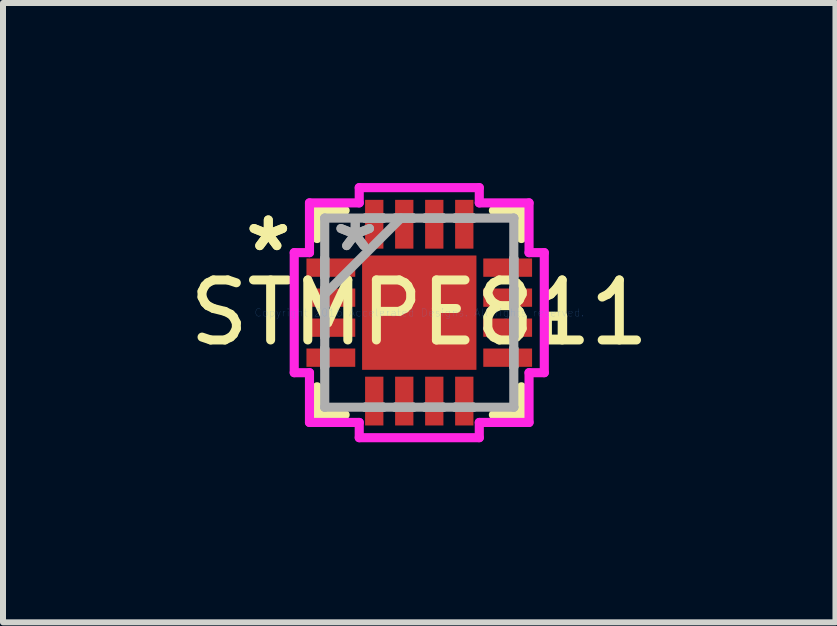
<source format=kicad_pcb>
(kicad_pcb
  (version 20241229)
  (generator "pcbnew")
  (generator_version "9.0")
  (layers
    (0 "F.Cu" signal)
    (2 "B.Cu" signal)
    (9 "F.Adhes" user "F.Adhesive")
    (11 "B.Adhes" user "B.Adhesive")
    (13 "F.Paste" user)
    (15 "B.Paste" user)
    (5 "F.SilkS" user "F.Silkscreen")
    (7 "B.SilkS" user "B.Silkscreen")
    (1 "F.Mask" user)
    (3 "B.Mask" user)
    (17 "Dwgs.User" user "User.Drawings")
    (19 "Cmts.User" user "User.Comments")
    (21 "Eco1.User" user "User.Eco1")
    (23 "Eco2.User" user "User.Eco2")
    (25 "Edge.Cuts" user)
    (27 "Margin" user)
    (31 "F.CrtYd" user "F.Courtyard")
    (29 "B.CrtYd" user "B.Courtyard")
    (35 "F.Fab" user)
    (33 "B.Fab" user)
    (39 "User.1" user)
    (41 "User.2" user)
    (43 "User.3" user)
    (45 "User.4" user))
  (footprint "STMPE811"
    (layer "F.Cu")
    (at 3.935 2.159)
    (property "Reference" "STMPE811" (at 0 0 0) (layer "F.SilkS") (effects (font (size 1 1) (thickness 0.15))))
    (attr through_hole)
    (fp_line (start -1.702 -1.702) (end -1.702 -1.235) (stroke (width 0.152) (type solid)) (layer "F.SilkS"))
    (fp_line (start -1.702 1.235) (end -1.702 1.702) (stroke (width 0.152) (type solid)) (layer "F.SilkS"))
    (fp_line (start -1.702 1.702) (end -1.235 1.702) (stroke (width 0.152) (type solid)) (layer "F.SilkS"))
    (fp_line (start -1.235 -1.702) (end -1.702 -1.702) (stroke (width 0.152) (type solid)) (layer "F.SilkS"))
    (fp_line (start 1.235 1.702) (end 1.702 1.702) (stroke (width 0.152) (type solid)) (layer "F.SilkS"))
    (fp_line (start 1.702 -1.702) (end 1.235 -1.702) (stroke (width 0.152) (type solid)) (layer "F.SilkS"))
    (fp_line (start 1.702 -1.235) (end 1.702 -1.702) (stroke (width 0.152) (type solid)) (layer "F.SilkS"))
    (fp_line (start 1.702 1.702) (end 1.702 1.235) (stroke (width 0.152) (type solid)) (layer "F.SilkS"))
    (fp_line (start 2.134 0.059) (end 2.388 0.059) (stroke (width 0.152) (type solid)) (layer "F.SilkS"))
    (fp_line (start 2.134 0.441) (end 2.134 0.059) (stroke (width 0.152) (type solid)) (layer "F.SilkS"))
    (fp_line (start 2.388 0.059) (end 2.388 0.441) (stroke (width 0.152) (type solid)) (layer "F.SilkS"))
    (fp_line (start 2.388 0.441) (end 2.134 0.441) (stroke (width 0.152) (type solid)) (layer "F.SilkS"))
    (fp_line (start -0.953 -0.953) (end -0.953 0.953) (stroke (width 0.152) (type solid)) (layer "F.Paste"))
    (fp_line (start -0.953 0.953) (end 0.953 0.953) (stroke (width 0.152) (type solid)) (layer "F.Paste"))
    (fp_line (start 0.953 -0.953) (end -0.953 -0.953) (stroke (width 0.152) (type solid)) (layer "F.Paste"))
    (fp_line (start 0.953 0.953) (end 0.953 -0.953) (stroke (width 0.152) (type solid)) (layer "F.Paste"))
    (fp_line (start -2.083 -1) (end -1.829 -1) (stroke (width 0.152) (type solid)) (layer "F.CrtYd"))
    (fp_line (start -2.083 1) (end -2.083 -1) (stroke (width 0.152) (type solid)) (layer "F.CrtYd"))
    (fp_line (start -1.829 -1.829) (end -1 -1.829) (stroke (width 0.152) (type solid)) (layer "F.CrtYd"))
    (fp_line (start -1.829 -1) (end -1.829 -1.829) (stroke (width 0.152) (type solid)) (layer "F.CrtYd"))
    (fp_line (start -1.829 1) (end -2.083 1) (stroke (width 0.152) (type solid)) (layer "F.CrtYd"))
    (fp_line (start -1.829 1.829) (end -1.829 1) (stroke (width 0.152) (type solid)) (layer "F.CrtYd"))
    (fp_line (start -1 -2.083) (end 1 -2.083) (stroke (width 0.152) (type solid)) (layer "F.CrtYd"))
    (fp_line (start -1 -1.829) (end -1 -2.083) (stroke (width 0.152) (type solid)) (layer "F.CrtYd"))
    (fp_line (start -1 1.829) (end -1.829 1.829) (stroke (width 0.152) (type solid)) (layer "F.CrtYd"))
    (fp_line (start -1 2.083) (end -1 1.829) (stroke (width 0.152) (type solid)) (layer "F.CrtYd"))
    (fp_line (start 1 -2.083) (end 1 -1.829) (stroke (width 0.152) (type solid)) (layer "F.CrtYd"))
    (fp_line (start 1 -1.829) (end 1.829 -1.829) (stroke (width 0.152) (type solid)) (layer "F.CrtYd"))
    (fp_line (start 1 1.829) (end 1 2.083) (stroke (width 0.152) (type solid)) (layer "F.CrtYd"))
    (fp_line (start 1 2.083) (end -1 2.083) (stroke (width 0.152) (type solid)) (layer "F.CrtYd"))
    (fp_line (start 1.829 -1.829) (end 1.829 -1) (stroke (width 0.152) (type solid)) (layer "F.CrtYd"))
    (fp_line (start 1.829 -1) (end 2.083 -1) (stroke (width 0.152) (type solid)) (layer "F.CrtYd"))
    (fp_line (start 1.829 1) (end 1.829 1.829) (stroke (width 0.152) (type solid)) (layer "F.CrtYd"))
    (fp_line (start 1.829 1.829) (end 1 1.829) (stroke (width 0.152) (type solid)) (layer "F.CrtYd"))
    (fp_line (start 2.083 -1) (end 2.083 1) (stroke (width 0.152) (type solid)) (layer "F.CrtYd"))
    (fp_line (start 2.083 1) (end 1.829 1) (stroke (width 0.152) (type solid)) (layer "F.CrtYd"))
    (fp_line (start -1.575 -1.575) (end -1.575 -1.575) (stroke (width 0.152) (type solid)) (layer "F.Fab"))
    (fp_line (start -1.575 -1.575) (end -1.575 1.575) (stroke (width 0.152) (type solid)) (layer "F.Fab"))
    (fp_line (start -1.575 -0.902) (end -1.575 -0.902) (stroke (width 0.152) (type solid)) (layer "F.Fab"))
    (fp_line (start -1.575 -0.902) (end -1.575 -0.598) (stroke (width 0.152) (type solid)) (layer "F.Fab"))
    (fp_line (start -1.575 -0.598) (end -1.575 -0.902) (stroke (width 0.152) (type solid)) (layer "F.Fab"))
    (fp_line (start -1.575 -0.598) (end -1.575 -0.598) (stroke (width 0.152) (type solid)) (layer "F.Fab"))
    (fp_line (start -1.575 -0.402) (end -1.575 -0.402) (stroke (width 0.152) (type solid)) (layer "F.Fab"))
    (fp_line (start -1.575 -0.402) (end -1.575 -0.098) (stroke (width 0.152) (type solid)) (layer "F.Fab"))
    (fp_line (start -1.575 -0.305) (end -0.305 -1.575) (stroke (width 0.152) (type solid)) (layer "F.Fab"))
    (fp_line (start -1.575 -0.098) (end -1.575 -0.402) (stroke (width 0.152) (type solid)) (layer "F.Fab"))
    (fp_line (start -1.575 -0.098) (end -1.575 -0.098) (stroke (width 0.152) (type solid)) (layer "F.Fab"))
    (fp_line (start -1.575 0.098) (end -1.575 0.098) (stroke (width 0.152) (type solid)) (layer "F.Fab"))
    (fp_line (start -1.575 0.098) (end -1.575 0.402) (stroke (width 0.152) (type solid)) (layer "F.Fab"))
    (fp_line (start -1.575 0.402) (end -1.575 0.098) (stroke (width 0.152) (type solid)) (layer "F.Fab"))
    (fp_line (start -1.575 0.402) (end -1.575 0.402) (stroke (width 0.152) (type solid)) (layer "F.Fab"))
    (fp_line (start -1.575 0.598) (end -1.575 0.598) (stroke (width 0.152) (type solid)) (layer "F.Fab"))
    (fp_line (start -1.575 0.598) (end -1.575 0.902) (stroke (width 0.152) (type solid)) (layer "F.Fab"))
    (fp_line (start -1.575 0.902) (end -1.575 0.598) (stroke (width 0.152) (type solid)) (layer "F.Fab"))
    (fp_line (start -1.575 0.902) (end -1.575 0.902) (stroke (width 0.152) (type solid)) (layer "F.Fab"))
    (fp_line (start -1.575 1.575) (end -1.575 1.575) (stroke (width 0.152) (type solid)) (layer "F.Fab"))
    (fp_line (start -1.575 1.575) (end 1.575 1.575) (stroke (width 0.152) (type solid)) (layer "F.Fab"))
    (fp_line (start -0.902 -1.575) (end -0.902 -1.575) (stroke (width 0.152) (type solid)) (layer "F.Fab"))
    (fp_line (start -0.902 -1.575) (end -0.598 -1.575) (stroke (width 0.152) (type solid)) (layer "F.Fab"))
    (fp_line (start -0.902 1.575) (end -0.902 1.575) (stroke (width 0.152) (type solid)) (layer "F.Fab"))
    (fp_line (start -0.902 1.575) (end -0.598 1.575) (stroke (width 0.152) (type solid)) (layer "F.Fab"))
    (fp_line (start -0.598 -1.575) (end -0.902 -1.575) (stroke (width 0.152) (type solid)) (layer "F.Fab"))
    (fp_line (start -0.598 -1.575) (end -0.598 -1.575) (stroke (width 0.152) (type solid)) (layer "F.Fab"))
    (fp_line (start -0.598 1.575) (end -0.902 1.575) (stroke (width 0.152) (type solid)) (layer "F.Fab"))
    (fp_line (start -0.598 1.575) (end -0.598 1.575) (stroke (width 0.152) (type solid)) (layer "F.Fab"))
    (fp_line (start -0.402 -1.575) (end -0.402 -1.575) (stroke (width 0.152) (type solid)) (layer "F.Fab"))
    (fp_line (start -0.402 -1.575) (end -0.098 -1.575) (stroke (width 0.152) (type solid)) (layer "F.Fab"))
    (fp_line (start -0.402 1.575) (end -0.402 1.575) (stroke (width 0.152) (type solid)) (layer "F.Fab"))
    (fp_line (start -0.402 1.575) (end -0.098 1.575) (stroke (width 0.152) (type solid)) (layer "F.Fab"))
    (fp_line (start -0.098 -1.575) (end -0.402 -1.575) (stroke (width 0.152) (type solid)) (layer "F.Fab"))
    (fp_line (start -0.098 -1.575) (end -0.098 -1.575) (stroke (width 0.152) (type solid)) (layer "F.Fab"))
    (fp_line (start -0.098 1.575) (end -0.402 1.575) (stroke (width 0.152) (type solid)) (layer "F.Fab"))
    (fp_line (start -0.098 1.575) (end -0.098 1.575) (stroke (width 0.152) (type solid)) (layer "F.Fab"))
    (fp_line (start 0.098 -1.575) (end 0.098 -1.575) (stroke (width 0.152) (type solid)) (layer "F.Fab"))
    (fp_line (start 0.098 -1.575) (end 0.402 -1.575) (stroke (width 0.152) (type solid)) (layer "F.Fab"))
    (fp_line (start 0.098 1.575) (end 0.098 1.575) (stroke (width 0.152) (type solid)) (layer "F.Fab"))
    (fp_line (start 0.098 1.575) (end 0.402 1.575) (stroke (width 0.152) (type solid)) (layer "F.Fab"))
    (fp_line (start 0.402 -1.575) (end 0.098 -1.575) (stroke (width 0.152) (type solid)) (layer "F.Fab"))
    (fp_line (start 0.402 -1.575) (end 0.402 -1.575) (stroke (width 0.152) (type solid)) (layer "F.Fab"))
    (fp_line (start 0.402 1.575) (end 0.098 1.575) (stroke (width 0.152) (type solid)) (layer "F.Fab"))
    (fp_line (start 0.402 1.575) (end 0.402 1.575) (stroke (width 0.152) (type solid)) (layer "F.Fab"))
    (fp_line (start 0.598 -1.575) (end 0.598 -1.575) (stroke (width 0.152) (type solid)) (layer "F.Fab"))
    (fp_line (start 0.598 -1.575) (end 0.902 -1.575) (stroke (width 0.152) (type solid)) (layer "F.Fab"))
    (fp_line (start 0.598 1.575) (end 0.598 1.575) (stroke (width 0.152) (type solid)) (layer "F.Fab"))
    (fp_line (start 0.598 1.575) (end 0.902 1.575) (stroke (width 0.152) (type solid)) (layer "F.Fab"))
    (fp_line (start 0.902 -1.575) (end 0.598 -1.575) (stroke (width 0.152) (type solid)) (layer "F.Fab"))
    (fp_line (start 0.902 -1.575) (end 0.902 -1.575) (stroke (width 0.152) (type solid)) (layer "F.Fab"))
    (fp_line (start 0.902 1.575) (end 0.598 1.575) (stroke (width 0.152) (type solid)) (layer "F.Fab"))
    (fp_line (start 0.902 1.575) (end 0.902 1.575) (stroke (width 0.152) (type solid)) (layer "F.Fab"))
    (fp_line (start 1.575 -1.575) (end -1.575 -1.575) (stroke (width 0.152) (type solid)) (layer "F.Fab"))
    (fp_line (start 1.575 -1.575) (end 1.575 -1.575) (stroke (width 0.152) (type solid)) (layer "F.Fab"))
    (fp_line (start 1.575 -0.902) (end 1.575 -0.902) (stroke (width 0.152) (type solid)) (layer "F.Fab"))
    (fp_line (start 1.575 -0.902) (end 1.575 -0.598) (stroke (width 0.152) (type solid)) (layer "F.Fab"))
    (fp_line (start 1.575 -0.598) (end 1.575 -0.902) (stroke (width 0.152) (type solid)) (layer "F.Fab"))
    (fp_line (start 1.575 -0.598) (end 1.575 -0.598) (stroke (width 0.152) (type solid)) (layer "F.Fab"))
    (fp_line (start 1.575 -0.402) (end 1.575 -0.402) (stroke (width 0.152) (type solid)) (layer "F.Fab"))
    (fp_line (start 1.575 -0.402) (end 1.575 -0.098) (stroke (width 0.152) (type solid)) (layer "F.Fab"))
    (fp_line (start 1.575 -0.098) (end 1.575 -0.402) (stroke (width 0.152) (type solid)) (layer "F.Fab"))
    (fp_line (start 1.575 -0.098) (end 1.575 -0.098) (stroke (width 0.152) (type solid)) (layer "F.Fab"))
    (fp_line (start 1.575 0.098) (end 1.575 0.098) (stroke (width 0.152) (type solid)) (layer "F.Fab"))
    (fp_line (start 1.575 0.098) (end 1.575 0.402) (stroke (width 0.152) (type solid)) (layer "F.Fab"))
    (fp_line (start 1.575 0.402) (end 1.575 0.098) (stroke (width 0.152) (type solid)) (layer "F.Fab"))
    (fp_line (start 1.575 0.402) (end 1.575 0.402) (stroke (width 0.152) (type solid)) (layer "F.Fab"))
    (fp_line (start 1.575 0.598) (end 1.575 0.598) (stroke (width 0.152) (type solid)) (layer "F.Fab"))
    (fp_line (start 1.575 0.598) (end 1.575 0.902) (stroke (width 0.152) (type solid)) (layer "F.Fab"))
    (fp_line (start 1.575 0.902) (end 1.575 0.598) (stroke (width 0.152) (type solid)) (layer "F.Fab"))
    (fp_line (start 1.575 0.902) (end 1.575 0.902) (stroke (width 0.152) (type solid)) (layer "F.Fab"))
    (fp_line (start 1.575 1.575) (end 1.575 -1.575) (stroke (width 0.152) (type solid)) (layer "F.Fab"))
    (fp_line (start 1.575 1.575) (end 1.575 1.575) (stroke (width 0.152) (type solid)) (layer "F.Fab"))
    (fp_text user "*" (at -2.515 -1 0) (layer "F.SilkS") (effects (font (size 1 1) (thickness 0.15))))
    (fp_text user "*" (at -2.515 -1 0) (layer "F.SilkS") (effects (font (size 1 1) (thickness 0.15))))
    (fp_text user "Copyright 2016 Accelerated Designs. All rights reserved." (at 0 0 0) (layer "Cmts.User") (effects (font (size 0.127 0.127) (thickness 0.002))))
    (fp_text user "*" (at -1.067 -1 0) (layer "F.Fab") (effects (font (size 1 1) (thickness 0.15))))
    (fp_text user "*" (at -1.067 -1 0) (layer "F.Fab") (effects (font (size 1 1) (thickness 0.15))))
    (pad "1" smd rect (at -1.473 -0.75 90) (size 0.305 0.813) (layers "F.Cu" "F.Mask" "F.Paste"))
    (pad "2" smd rect (at -1.473 -0.25 90) (size 0.305 0.813) (layers "F.Cu" "F.Mask" "F.Paste"))
    (pad "3" smd rect (at -1.473 0.25 90) (size 0.305 0.813) (layers "F.Cu" "F.Mask" "F.Paste"))
    (pad "4" smd rect (at -1.473 0.75 90) (size 0.305 0.813) (layers "F.Cu" "F.Mask" "F.Paste"))
    (pad "5" smd rect (at -0.75 1.473) (size 0.305 0.813) (layers "F.Cu" "F.Mask" "F.Paste"))
    (pad "6" smd rect (at -0.25 1.473) (size 0.305 0.813) (layers "F.Cu" "F.Mask" "F.Paste"))
    (pad "7" smd rect (at 0.25 1.473) (size 0.305 0.813) (layers "F.Cu" "F.Mask" "F.Paste"))
    (pad "8" smd rect (at 0.75 1.473) (size 0.305 0.813) (layers "F.Cu" "F.Mask" "F.Paste"))
    (pad "9" smd rect (at 1.473 0.75 90) (size 0.305 0.813) (layers "F.Cu" "F.Mask" "F.Paste"))
    (pad "10" smd rect (at 1.473 0.25 90) (size 0.305 0.813) (layers "F.Cu" "F.Mask" "F.Paste"))
    (pad "11" smd rect (at 1.473 -0.25 90) (size 0.305 0.813) (layers "F.Cu" "F.Mask" "F.Paste"))
    (pad "12" smd rect (at 1.473 -0.75 90) (size 0.305 0.813) (layers "F.Cu" "F.Mask" "F.Paste"))
    (pad "13" smd rect (at 0.75 -1.473) (size 0.305 0.813) (layers "F.Cu" "F.Mask" "F.Paste"))
    (pad "14" smd rect (at 0.25 -1.473) (size 0.305 0.813) (layers "F.Cu" "F.Mask" "F.Paste"))
    (pad "15" smd rect (at -0.25 -1.473) (size 0.305 0.813) (layers "F.Cu" "F.Mask" "F.Paste"))
    (pad "16" smd rect (at -0.75 -1.473) (size 0.305 0.813) (layers "F.Cu" "F.Mask" "F.Paste"))
    (pad "17" smd rect (at 0 0) (size 1.905 1.905) (layers "F.Cu" "F.Mask" "F.Paste")))
  (gr_rect
    (start -3 -3)
    (end 10.869 7.318)
    (stroke (width 0.1) (type default))
    (fill no)
    (layer "Edge.Cuts")))
</source>
